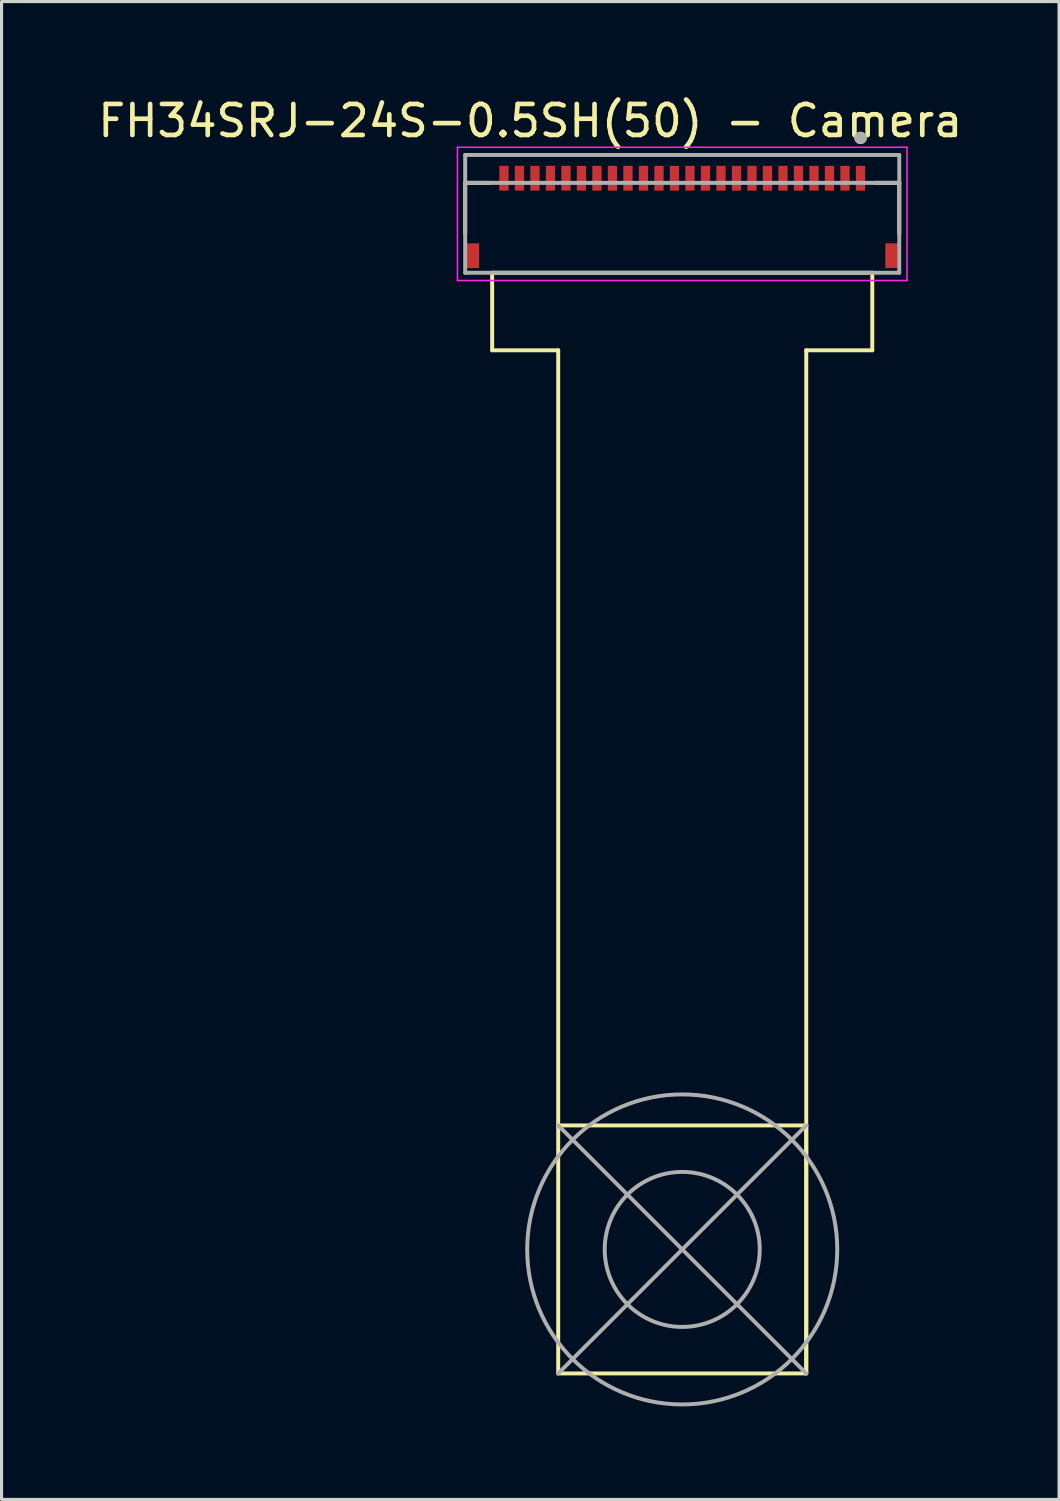
<source format=kicad_pcb>
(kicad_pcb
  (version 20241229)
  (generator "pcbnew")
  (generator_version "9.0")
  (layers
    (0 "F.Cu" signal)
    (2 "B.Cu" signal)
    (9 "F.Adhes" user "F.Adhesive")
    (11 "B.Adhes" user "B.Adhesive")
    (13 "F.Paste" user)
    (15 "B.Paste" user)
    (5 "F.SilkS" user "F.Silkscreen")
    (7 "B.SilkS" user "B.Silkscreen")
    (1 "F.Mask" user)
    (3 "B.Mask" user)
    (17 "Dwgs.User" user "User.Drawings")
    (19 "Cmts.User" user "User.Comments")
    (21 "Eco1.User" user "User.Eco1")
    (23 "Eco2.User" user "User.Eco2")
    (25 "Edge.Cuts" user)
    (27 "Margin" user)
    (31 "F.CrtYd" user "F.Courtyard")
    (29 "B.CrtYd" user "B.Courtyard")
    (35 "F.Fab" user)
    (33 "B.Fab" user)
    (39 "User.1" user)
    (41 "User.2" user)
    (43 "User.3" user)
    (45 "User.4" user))
  (footprint "FH34SRJ-24S-0.5SH(50) - Camera"
    (layer "F.Cu")
    (at 18.954 37.248)
    (property "Reference" "FH34SRJ-24S-0.5SH(50) - Camera" (at -4.9 -36.4 0) (layer "F.SilkS") (effects (font (size 1 1) (thickness 0.15))))
    (attr smd)
    (fp_line (start -7 -34.4) (end -7 -32.77) (stroke (width 0.127) (type solid)) (layer "F.SilkS"))
    (fp_line (start -6.22 -34.4) (end -7 -34.4) (stroke (width 0.127) (type solid)) (layer "F.SilkS"))
    (fp_line (start -6.13 -31.5) (end -6.13 -29) (stroke (width 0.127) (type solid)) (layer "F.SilkS"))
    (fp_line (start -6.13 -31.5) (end 6.13 -31.5) (stroke (width 0.127) (type solid)) (layer "F.SilkS"))
    (fp_line (start -6.13 -29) (end -4 -29) (stroke (width 0.127) (type solid)) (layer "F.SilkS"))
    (fp_line (start -4 -29) (end -4 -4) (stroke (width 0.127) (type solid)) (layer "F.SilkS"))
    (fp_line (start -4 -4) (end -4 4) (stroke (width 0.127) (type solid)) (layer "F.SilkS"))
    (fp_line (start -4 -4) (end 4 -4) (stroke (width 0.127) (type solid)) (layer "F.SilkS"))
    (fp_line (start 4 -29) (end 4 -4) (stroke (width 0.127) (type solid)) (layer "F.SilkS"))
    (fp_line (start 4 -29) (end 6.13 -29) (stroke (width 0.127) (type solid)) (layer "F.SilkS"))
    (fp_line (start 4 -4) (end 4 4) (stroke (width 0.127) (type solid)) (layer "F.SilkS"))
    (fp_line (start 4 -4) (end 4 4) (stroke (width 0.127) (type solid)) (layer "F.SilkS"))
    (fp_line (start 4 4) (end -4 4) (stroke (width 0.127) (type solid)) (layer "F.SilkS"))
    (fp_line (start 6.13 -31.5) (end 6.13 -29) (stroke (width 0.127) (type solid)) (layer "F.SilkS"))
    (fp_line (start 6.22 -34.4) (end 7 -34.4) (stroke (width 0.127) (type solid)) (layer "F.SilkS"))
    (fp_line (start 7 -34.4) (end 7 -32.77) (stroke (width 0.127) (type solid)) (layer "F.SilkS"))
    (fp_circle (center 5.75 -35.85) (end 5.85 -35.85) (stroke (width 0.2) (type solid)) (fill no) (layer "F.SilkS"))
    (fp_poly (pts (xy -5.875 -34.95) (xy -5.625 -34.95) (xy -5.625 -34.3) (xy -5.875 -34.3)) (stroke (width 0.01) (type solid)) (fill yes) (layer "F.Paste"))
    (fp_poly (pts (xy -5.375 -34.95) (xy -5.125 -34.95) (xy -5.125 -34.3) (xy -5.375 -34.3)) (stroke (width 0.01) (type solid)) (fill yes) (layer "F.Paste"))
    (fp_poly (pts (xy -4.875 -34.95) (xy -4.625 -34.95) (xy -4.625 -34.3) (xy -4.875 -34.3)) (stroke (width 0.01) (type solid)) (fill yes) (layer "F.Paste"))
    (fp_poly (pts (xy -4.375 -34.95) (xy -4.125 -34.95) (xy -4.125 -34.3) (xy -4.375 -34.3)) (stroke (width 0.01) (type solid)) (fill yes) (layer "F.Paste"))
    (fp_poly (pts (xy -3.875 -34.95) (xy -3.625 -34.95) (xy -3.625 -34.3) (xy -3.875 -34.3)) (stroke (width 0.01) (type solid)) (fill yes) (layer "F.Paste"))
    (fp_poly (pts (xy -3.375 -34.95) (xy -3.125 -34.95) (xy -3.125 -34.3) (xy -3.375 -34.3)) (stroke (width 0.01) (type solid)) (fill yes) (layer "F.Paste"))
    (fp_poly (pts (xy -2.875 -34.95) (xy -2.625 -34.95) (xy -2.625 -34.3) (xy -2.875 -34.3)) (stroke (width 0.01) (type solid)) (fill yes) (layer "F.Paste"))
    (fp_poly (pts (xy -2.375 -34.95) (xy -2.125 -34.95) (xy -2.125 -34.3) (xy -2.375 -34.3)) (stroke (width 0.01) (type solid)) (fill yes) (layer "F.Paste"))
    (fp_poly (pts (xy -1.875 -34.95) (xy -1.625 -34.95) (xy -1.625 -34.3) (xy -1.875 -34.3)) (stroke (width 0.01) (type solid)) (fill yes) (layer "F.Paste"))
    (fp_poly (pts (xy -1.375 -34.95) (xy -1.125 -34.95) (xy -1.125 -34.3) (xy -1.375 -34.3)) (stroke (width 0.01) (type solid)) (fill yes) (layer "F.Paste"))
    (fp_poly (pts (xy -0.875 -34.95) (xy -0.625 -34.95) (xy -0.625 -34.3) (xy -0.875 -34.3)) (stroke (width 0.01) (type solid)) (fill yes) (layer "F.Paste"))
    (fp_poly (pts (xy -0.375 -34.95) (xy -0.125 -34.95) (xy -0.125 -34.3) (xy -0.375 -34.3)) (stroke (width 0.01) (type solid)) (fill yes) (layer "F.Paste"))
    (fp_poly (pts (xy 0.125 -34.95) (xy 0.375 -34.95) (xy 0.375 -34.3) (xy 0.125 -34.3)) (stroke (width 0.01) (type solid)) (fill yes) (layer "F.Paste"))
    (fp_poly (pts (xy 0.625 -34.95) (xy 0.875 -34.95) (xy 0.875 -34.3) (xy 0.625 -34.3)) (stroke (width 0.01) (type solid)) (fill yes) (layer "F.Paste"))
    (fp_poly (pts (xy 1.125 -34.95) (xy 1.375 -34.95) (xy 1.375 -34.3) (xy 1.125 -34.3)) (stroke (width 0.01) (type solid)) (fill yes) (layer "F.Paste"))
    (fp_poly (pts (xy 1.625 -34.95) (xy 1.875 -34.95) (xy 1.875 -34.3) (xy 1.625 -34.3)) (stroke (width 0.01) (type solid)) (fill yes) (layer "F.Paste"))
    (fp_poly (pts (xy 2.125 -34.95) (xy 2.375 -34.95) (xy 2.375 -34.3) (xy 2.125 -34.3)) (stroke (width 0.01) (type solid)) (fill yes) (layer "F.Paste"))
    (fp_poly (pts (xy 2.625 -34.95) (xy 2.875 -34.95) (xy 2.875 -34.3) (xy 2.625 -34.3)) (stroke (width 0.01) (type solid)) (fill yes) (layer "F.Paste"))
    (fp_poly (pts (xy 3.125 -34.95) (xy 3.375 -34.95) (xy 3.375 -34.3) (xy 3.125 -34.3)) (stroke (width 0.01) (type solid)) (fill yes) (layer "F.Paste"))
    (fp_poly (pts (xy 3.625 -34.95) (xy 3.875 -34.95) (xy 3.875 -34.3) (xy 3.625 -34.3)) (stroke (width 0.01) (type solid)) (fill yes) (layer "F.Paste"))
    (fp_poly (pts (xy 4.125 -34.95) (xy 4.375 -34.95) (xy 4.375 -34.3) (xy 4.125 -34.3)) (stroke (width 0.01) (type solid)) (fill yes) (layer "F.Paste"))
    (fp_poly (pts (xy 4.625 -34.95) (xy 4.875 -34.95) (xy 4.875 -34.3) (xy 4.625 -34.3)) (stroke (width 0.01) (type solid)) (fill yes) (layer "F.Paste"))
    (fp_poly (pts (xy 5.125 -34.95) (xy 5.375 -34.95) (xy 5.375 -34.3) (xy 5.125 -34.3)) (stroke (width 0.01) (type solid)) (fill yes) (layer "F.Paste"))
    (fp_poly (pts (xy 5.625 -34.95) (xy 5.875 -34.95) (xy 5.875 -34.3) (xy 5.625 -34.3)) (stroke (width 0.01) (type solid)) (fill yes) (layer "F.Paste"))
    (fp_line (start -7.25 -35.55) (end -7.25 -31.25) (stroke (width 0.05) (type solid)) (layer "F.CrtYd"))
    (fp_line (start -7.25 -31.25) (end 7.25 -31.25) (stroke (width 0.05) (type solid)) (layer "F.CrtYd"))
    (fp_line (start 7.25 -35.55) (end -7.25 -35.55) (stroke (width 0.05) (type solid)) (layer "F.CrtYd"))
    (fp_line (start 7.25 -31.25) (end 7.25 -35.55) (stroke (width 0.05) (type solid)) (layer "F.CrtYd"))
    (fp_line (start -7 -35.3) (end 7 -35.3) (stroke (width 0.127) (type solid)) (layer "F.Fab"))
    (fp_line (start -7 -34.4) (end -7 -35.3) (stroke (width 0.127) (type solid)) (layer "F.Fab"))
    (fp_line (start -7 -34.4) (end 7 -34.4) (stroke (width 0.127) (type solid)) (layer "F.Fab"))
    (fp_line (start -7 -31.5) (end -7 -34.4) (stroke (width 0.127) (type solid)) (layer "F.Fab"))
    (fp_line (start -4 -4) (end 4 4) (stroke (width 0.127) (type solid)) (layer "F.Fab"))
    (fp_line (start -4 4) (end 4 -4) (stroke (width 0.127) (type solid)) (layer "F.Fab"))
    (fp_line (start 7 -35.3) (end 7 -34.4) (stroke (width 0.127) (type solid)) (layer "F.Fab"))
    (fp_line (start 7 -34.4) (end 7 -31.5) (stroke (width 0.127) (type solid)) (layer "F.Fab"))
    (fp_line (start 7 -31.5) (end -7 -31.5) (stroke (width 0.127) (type solid)) (layer "F.Fab"))
    (fp_circle (center 0 0) (end 2.5 0) (stroke (width 0.127) (type solid)) (fill no) (layer "F.Fab"))
    (fp_circle (center 0 0) (end 5 0) (stroke (width 0.127) (type solid)) (fill no) (layer "F.Fab"))
    (fp_circle (center 5.75 -35.85) (end 5.85 -35.85) (stroke (width 0.2) (type solid)) (fill no) (layer "F.Fab"))
    (pad "1" smd rect (at 5.75 -34.55) (size 0.3 0.8) (layers "F.Cu" "F.Mask"))
    (pad "2" smd rect (at 5.25 -34.55) (size 0.3 0.8) (layers "F.Cu" "F.Mask"))
    (pad "3" smd rect (at 4.75 -34.55) (size 0.3 0.8) (layers "F.Cu" "F.Mask"))
    (pad "4" smd rect (at 4.25 -34.55) (size 0.3 0.8) (layers "F.Cu" "F.Mask"))
    (pad "5" smd rect (at 3.75 -34.55) (size 0.3 0.8) (layers "F.Cu" "F.Mask"))
    (pad "6" smd rect (at 3.25 -34.55) (size 0.3 0.8) (layers "F.Cu" "F.Mask"))
    (pad "7" smd rect (at 2.75 -34.55) (size 0.3 0.8) (layers "F.Cu" "F.Mask"))
    (pad "8" smd rect (at 2.25 -34.55) (size 0.3 0.8) (layers "F.Cu" "F.Mask"))
    (pad "9" smd rect (at 1.75 -34.55) (size 0.3 0.8) (layers "F.Cu" "F.Mask"))
    (pad "10" smd rect (at 1.25 -34.55) (size 0.3 0.8) (layers "F.Cu" "F.Mask"))
    (pad "11" smd rect (at 0.75 -34.55) (size 0.3 0.8) (layers "F.Cu" "F.Mask"))
    (pad "12" smd rect (at 0.25 -34.55) (size 0.3 0.8) (layers "F.Cu" "F.Mask"))
    (pad "13" smd rect (at -0.25 -34.55) (size 0.3 0.8) (layers "F.Cu" "F.Mask"))
    (pad "14" smd rect (at -0.75 -34.55) (size 0.3 0.8) (layers "F.Cu" "F.Mask"))
    (pad "15" smd rect (at -1.25 -34.55) (size 0.3 0.8) (layers "F.Cu" "F.Mask"))
    (pad "16" smd rect (at -1.75 -34.55) (size 0.3 0.8) (layers "F.Cu" "F.Mask"))
    (pad "17" smd rect (at -2.25 -34.55) (size 0.3 0.8) (layers "F.Cu" "F.Mask"))
    (pad "18" smd rect (at -2.75 -34.55) (size 0.3 0.8) (layers "F.Cu" "F.Mask"))
    (pad "19" smd rect (at -3.25 -34.55) (size 0.3 0.8) (layers "F.Cu" "F.Mask"))
    (pad "20" smd rect (at -3.75 -34.55) (size 0.3 0.8) (layers "F.Cu" "F.Mask"))
    (pad "21" smd rect (at -4.25 -34.55) (size 0.3 0.8) (layers "F.Cu" "F.Mask"))
    (pad "22" smd rect (at -4.75 -34.55) (size 0.3 0.8) (layers "F.Cu" "F.Mask"))
    (pad "23" smd rect (at -5.25 -34.55) (size 0.3 0.8) (layers "F.Cu" "F.Mask"))
    (pad "24" smd rect (at -5.75 -34.55) (size 0.3 0.8) (layers "F.Cu" "F.Mask"))
    (pad "S1" smd rect (at 6.75 -32.05) (size 0.4 0.8) (layers "F.Cu" "F.Mask" "F.Paste"))
    (pad "S2" smd rect (at -6.75 -32.05) (size 0.4 0.8) (layers "F.Cu" "F.Mask" "F.Paste")))
  (gr_rect
    (start -3 -3)
    (end 31.107 45.312)
    (stroke (width 0.1) (type default))
    (fill no)
    (layer "Edge.Cuts")))
</source>
